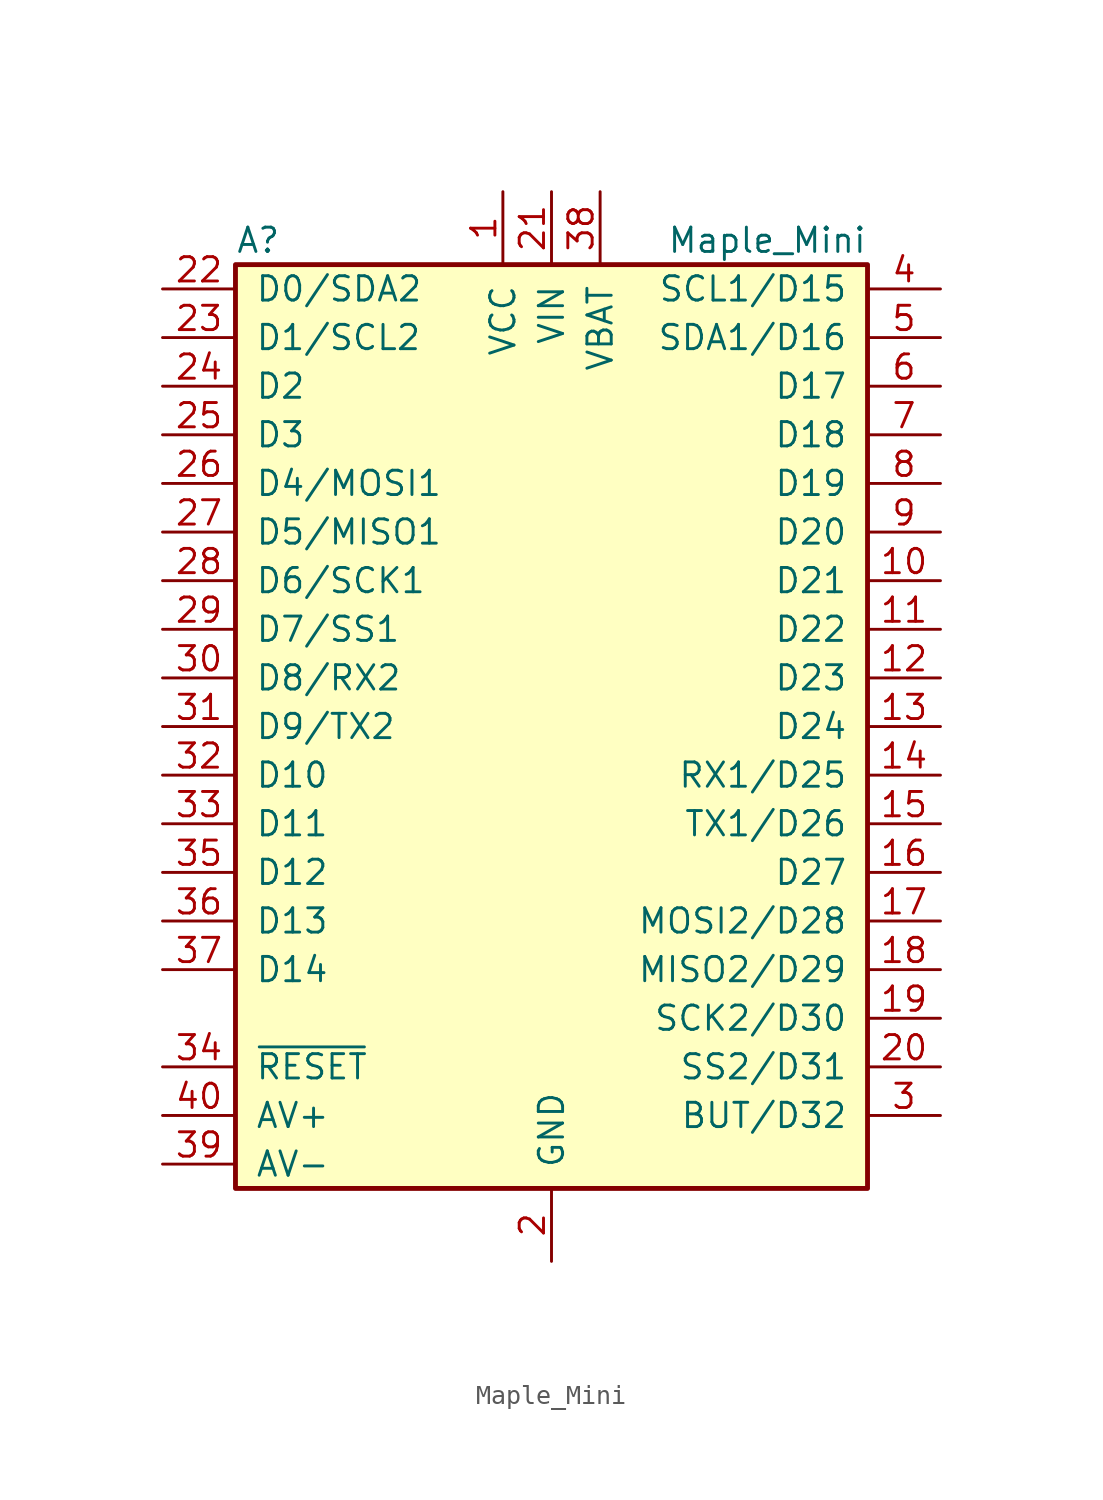
<source format=kicad_sym>
(kicad_symbol_lib
  (version 20211014)
  (generator kicad_symbol_editor)
  (symbol "Maple_Mini"
    (pin_names
      (offset 1.016))
    (property "Reference" "A"
      (at -16.51 25.4 0)
      (effects (font (size 1.27 1.27)) (justify left)))
    (property "Value" "Maple_Mini"
      (at 16.51 25.4 0)
      (effects (font (size 1.27 1.27)) (justify right)))
    (symbol "Maple_Mini_0_1"
      (rectangle (start -16.51 24.13) (end 16.51 -24.13) (stroke (width 0.254) (type default) (color 0 0 0 0)) (fill (type background))))
    (symbol "Maple_Mini_1_1"
      (pin power_in line (at -2.54 27.94 270) (length 3.81) (name "VCC" (effects (font (size 1.27 1.27)))) (number "1" (effects (font (size 1.27 1.27)))))
      (pin bidirectional line (at 20.32 7.62 180) (length 3.81) (name "D21" (effects (font (size 1.27 1.27)))) (number "10" (effects (font (size 1.27 1.27)))))
      (pin bidirectional line (at 20.32 5.08 180) (length 3.81) (name "D22" (effects (font (size 1.27 1.27)))) (number "11" (effects (font (size 1.27 1.27)))))
      (pin bidirectional line (at 20.32 2.54 180) (length 3.81) (name "D23" (effects (font (size 1.27 1.27)))) (number "12" (effects (font (size 1.27 1.27)))))
      (pin bidirectional line (at 20.32 0 180) (length 3.81) (name "D24" (effects (font (size 1.27 1.27)))) (number "13" (effects (font (size 1.27 1.27)))))
      (pin bidirectional line (at 20.32 -2.54 180) (length 3.81) (name "RX1/D25" (effects (font (size 1.27 1.27)))) (number "14" (effects (font (size 1.27 1.27)))))
      (pin bidirectional line (at 20.32 -5.08 180) (length 3.81) (name "TX1/D26" (effects (font (size 1.27 1.27)))) (number "15" (effects (font (size 1.27 1.27)))))
      (pin bidirectional line (at 20.32 -7.62 180) (length 3.81) (name "D27" (effects (font (size 1.27 1.27)))) (number "16" (effects (font (size 1.27 1.27)))))
      (pin bidirectional line (at 20.32 -10.16 180) (length 3.81) (name "MOSI2/D28" (effects (font (size 1.27 1.27)))) (number "17" (effects (font (size 1.27 1.27)))))
      (pin bidirectional line (at 20.32 -12.7 180) (length 3.81) (name "MISO2/D29" (effects (font (size 1.27 1.27)))) (number "18" (effects (font (size 1.27 1.27)))))
      (pin bidirectional line (at 20.32 -15.24 180) (length 3.81) (name "SCK2/D30" (effects (font (size 1.27 1.27)))) (number "19" (effects (font (size 1.27 1.27)))))
      (pin power_in line (at 0 -27.94 90) (length 3.81) (name "GND" (effects (font (size 1.27 1.27)))) (number "2" (effects (font (size 1.27 1.27)))))
      (pin bidirectional line (at 20.32 -17.78 180) (length 3.81) (name "SS2/D31" (effects (font (size 1.27 1.27)))) (number "20" (effects (font (size 1.27 1.27)))))
      (pin power_in line (at 0 27.94 270) (length 3.81) (name "VIN" (effects (font (size 1.27 1.27)))) (number "21" (effects (font (size 1.27 1.27)))))
      (pin bidirectional line (at -20.32 22.86 0) (length 3.81) (name "D0/SDA2" (effects (font (size 1.27 1.27)))) (number "22" (effects (font (size 1.27 1.27)))))
      (pin bidirectional line (at -20.32 20.32 0) (length 3.81) (name "D1/SCL2" (effects (font (size 1.27 1.27)))) (number "23" (effects (font (size 1.27 1.27)))))
      (pin bidirectional line (at -20.32 17.78 0) (length 3.81) (name "D2" (effects (font (size 1.27 1.27)))) (number "24" (effects (font (size 1.27 1.27)))))
      (pin bidirectional line (at -20.32 15.24 0) (length 3.81) (name "D3" (effects (font (size 1.27 1.27)))) (number "25" (effects (font (size 1.27 1.27)))))
      (pin bidirectional line (at -20.32 12.7 0) (length 3.81) (name "D4/MOSI1" (effects (font (size 1.27 1.27)))) (number "26" (effects (font (size 1.27 1.27)))))
      (pin bidirectional line (at -20.32 10.16 0) (length 3.81) (name "D5/MISO1" (effects (font (size 1.27 1.27)))) (number "27" (effects (font (size 1.27 1.27)))))
      (pin bidirectional line (at -20.32 7.62 0) (length 3.81) (name "D6/SCK1" (effects (font (size 1.27 1.27)))) (number "28" (effects (font (size 1.27 1.27)))))
      (pin bidirectional line (at -20.32 5.08 0) (length 3.81) (name "D7/SS1" (effects (font (size 1.27 1.27)))) (number "29" (effects (font (size 1.27 1.27)))))
      (pin bidirectional line (at 20.32 -20.32 180) (length 3.81) (name "BUT/D32" (effects (font (size 1.27 1.27)))) (number "3" (effects (font (size 1.27 1.27)))))
      (pin bidirectional line (at -20.32 2.54 0) (length 3.81) (name "D8/RX2" (effects (font (size 1.27 1.27)))) (number "30" (effects (font (size 1.27 1.27)))))
      (pin bidirectional line (at -20.32 0 0) (length 3.81) (name "D9/TX2" (effects (font (size 1.27 1.27)))) (number "31" (effects (font (size 1.27 1.27)))))
      (pin bidirectional line (at -20.32 -2.54 0) (length 3.81) (name "D10" (effects (font (size 1.27 1.27)))) (number "32" (effects (font (size 1.27 1.27)))))
      (pin bidirectional line (at -20.32 -5.08 0) (length 3.81) (name "D11" (effects (font (size 1.27 1.27)))) (number "33" (effects (font (size 1.27 1.27)))))
      (pin input line (at -20.32 -17.78 0) (length 3.81) (name "~{RESET}" (effects (font (size 1.27 1.27)))) (number "34" (effects (font (size 1.27 1.27)))))
      (pin bidirectional line (at -20.32 -7.62 0) (length 3.81) (name "D12" (effects (font (size 1.27 1.27)))) (number "35" (effects (font (size 1.27 1.27)))))
      (pin bidirectional line (at -20.32 -10.16 0) (length 3.81) (name "D13" (effects (font (size 1.27 1.27)))) (number "36" (effects (font (size 1.27 1.27)))))
      (pin bidirectional line (at -20.32 -12.7 0) (length 3.81) (name "D14" (effects (font (size 1.27 1.27)))) (number "37" (effects (font (size 1.27 1.27)))))
      (pin power_in line (at 2.54 27.94 270) (length 3.81) (name "VBAT" (effects (font (size 1.27 1.27)))) (number "38" (effects (font (size 1.27 1.27)))))
      (pin output line (at -20.32 -22.86 0) (length 3.81) (name "AV-" (effects (font (size 1.27 1.27)))) (number "39" (effects (font (size 1.27 1.27)))))
      (pin bidirectional line (at 20.32 22.86 180) (length 3.81) (name "SCL1/D15" (effects (font (size 1.27 1.27)))) (number "4" (effects (font (size 1.27 1.27)))))
      (pin output line (at -20.32 -20.32 0) (length 3.81) (name "AV+" (effects (font (size 1.27 1.27)))) (number "40" (effects (font (size 1.27 1.27)))))
      (pin bidirectional line (at 20.32 20.32 180) (length 3.81) (name "SDA1/D16" (effects (font (size 1.27 1.27)))) (number "5" (effects (font (size 1.27 1.27)))))
      (pin bidirectional line (at 20.32 17.78 180) (length 3.81) (name "D17" (effects (font (size 1.27 1.27)))) (number "6" (effects (font (size 1.27 1.27)))))
      (pin bidirectional line (at 20.32 15.24 180) (length 3.81) (name "D18" (effects (font (size 1.27 1.27)))) (number "7" (effects (font (size 1.27 1.27)))))
      (pin bidirectional line (at 20.32 12.7 180) (length 3.81) (name "D19" (effects (font (size 1.27 1.27)))) (number "8" (effects (font (size 1.27 1.27)))))
      (pin bidirectional line (at 20.32 10.16 180) (length 3.81) (name "D20" (effects (font (size 1.27 1.27)))) (number "9" (effects (font (size 1.27 1.27))))))))
</source>
